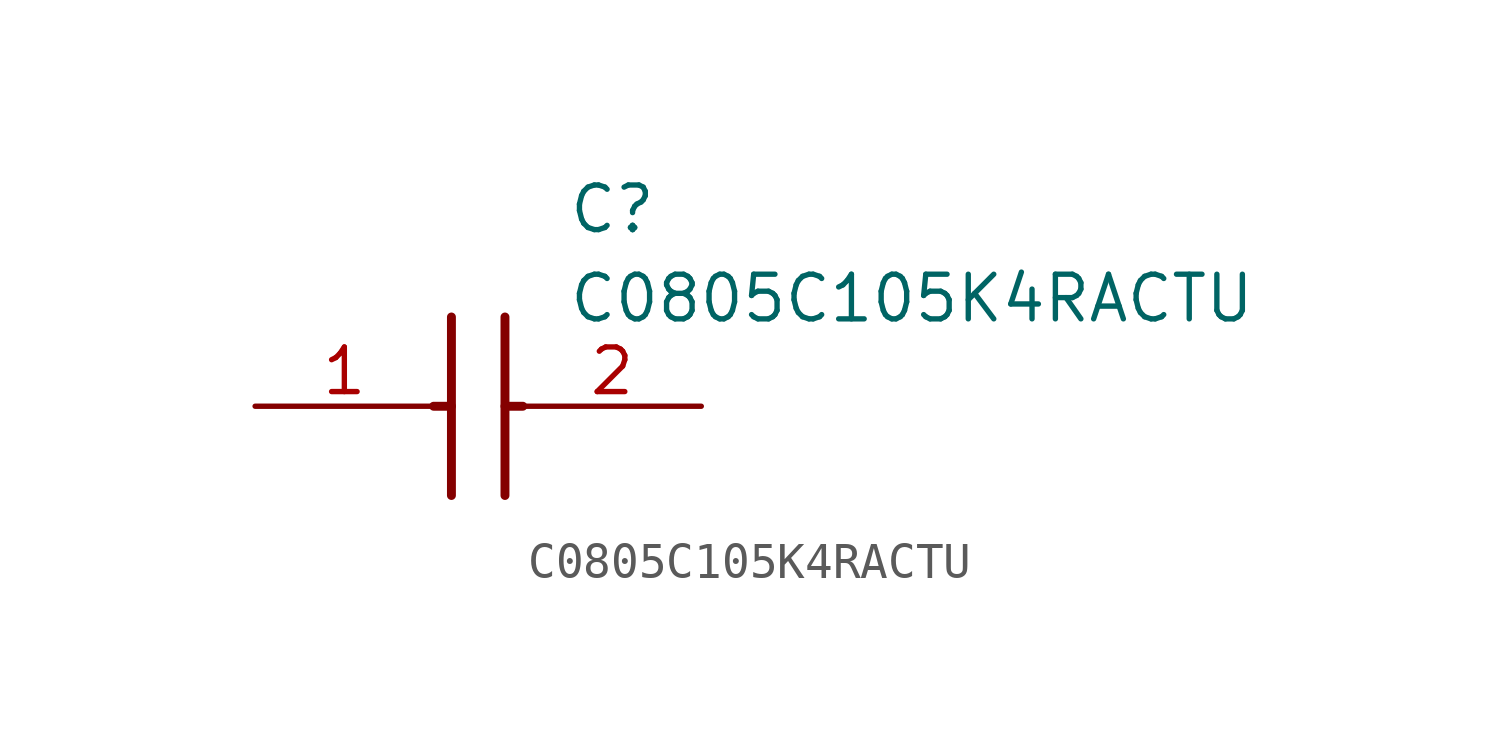
<source format=kicad_sym>
(kicad_symbol_lib
  (version 20211014)
  (generator SamacSys_ECAD_Model)
  (symbol "C0805C105K4RACTU"
    (pin_names hide)
    (property "Reference" "C"
      (at 8.89 6.35 0)
      (effects (font (size 1.27 1.27)) (justify left top)))
    (property "Value" "C0805C105K4RACTU"
      (at 8.89 3.81 0)
      (effects (font (size 1.27 1.27)) (justify left top)))
    (polyline
      (pts (xy 5.588 2.54) (xy 5.588 -2.54))
      (stroke (width 0.254) (type default))
      (fill (type none)))
    (polyline
      (pts (xy 7.112 2.54) (xy 7.112 -2.54))
      (stroke (width 0.254) (type default))
      (fill (type none)))
    (polyline
      (pts (xy 5.08 0) (xy 5.588 0))
      (stroke (width 0.254) (type default))
      (fill (type none)))
    (polyline
      (pts (xy 7.112 0) (xy 7.62 0))
      (stroke (width 0.254) (type default))
      (fill (type none)))
    (pin passive line
      (at 0 0 0)
      (length 5.08)
      (name "1" (effects (font (size 1.27 1.27))))
      (number "1" (effects (font (size 1.27 1.27)))))
    (pin passive line
      (at 12.7 0 180)
      (length 5.08)
      (name "2" (effects (font (size 1.27 1.27))))
      (number "2" (effects (font (size 1.27 1.27)))))))
</source>
